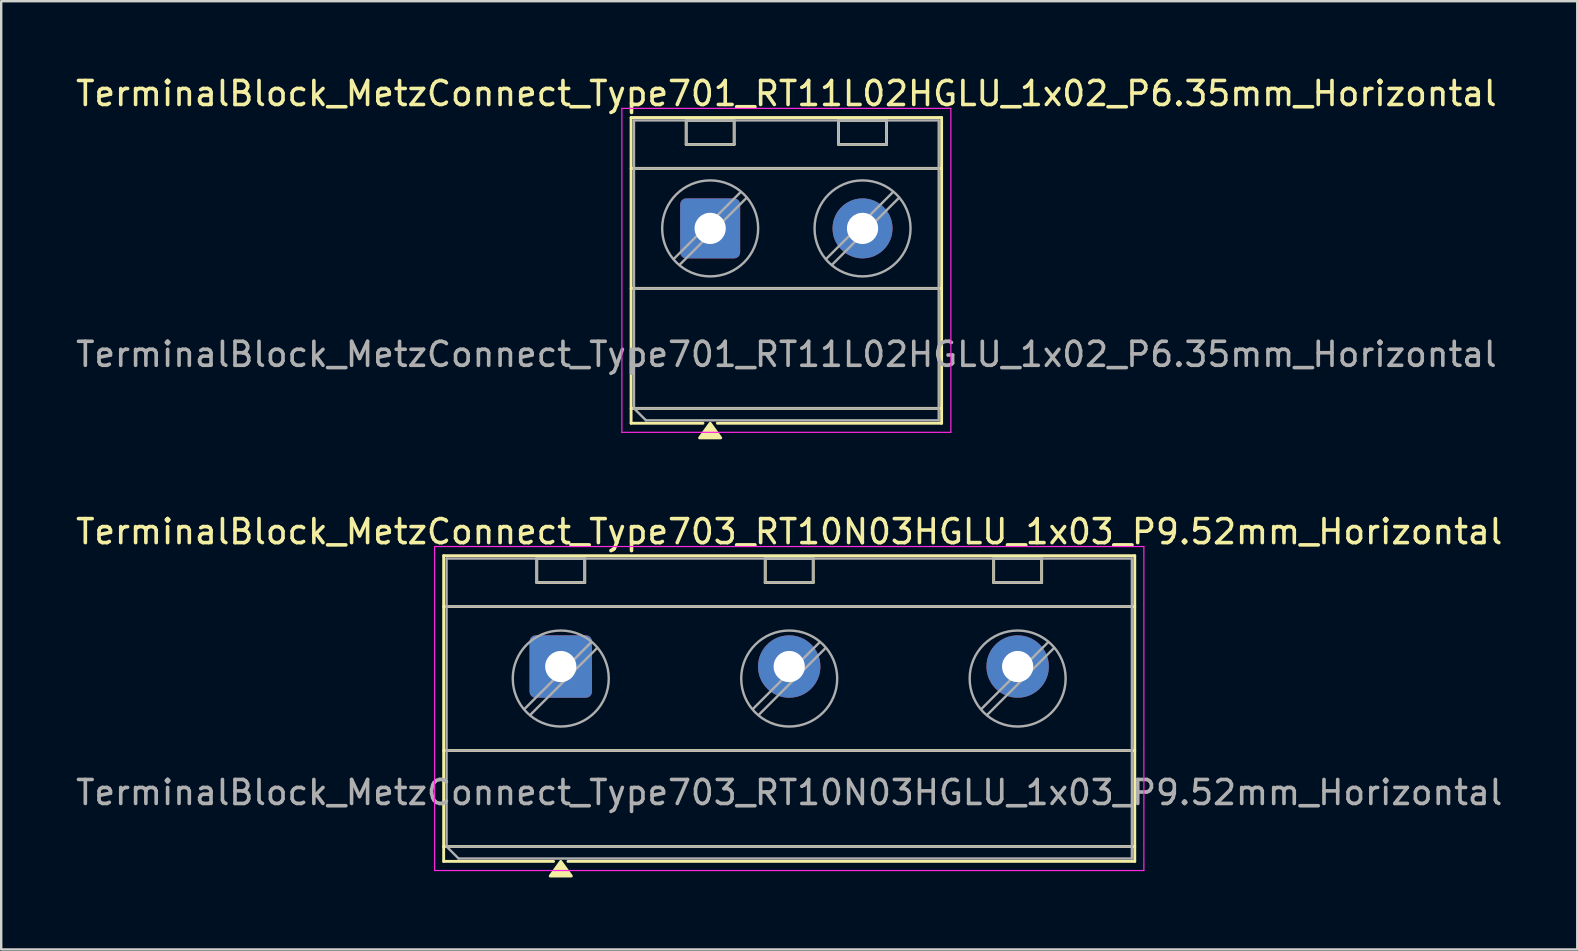
<source format=kicad_pcb>
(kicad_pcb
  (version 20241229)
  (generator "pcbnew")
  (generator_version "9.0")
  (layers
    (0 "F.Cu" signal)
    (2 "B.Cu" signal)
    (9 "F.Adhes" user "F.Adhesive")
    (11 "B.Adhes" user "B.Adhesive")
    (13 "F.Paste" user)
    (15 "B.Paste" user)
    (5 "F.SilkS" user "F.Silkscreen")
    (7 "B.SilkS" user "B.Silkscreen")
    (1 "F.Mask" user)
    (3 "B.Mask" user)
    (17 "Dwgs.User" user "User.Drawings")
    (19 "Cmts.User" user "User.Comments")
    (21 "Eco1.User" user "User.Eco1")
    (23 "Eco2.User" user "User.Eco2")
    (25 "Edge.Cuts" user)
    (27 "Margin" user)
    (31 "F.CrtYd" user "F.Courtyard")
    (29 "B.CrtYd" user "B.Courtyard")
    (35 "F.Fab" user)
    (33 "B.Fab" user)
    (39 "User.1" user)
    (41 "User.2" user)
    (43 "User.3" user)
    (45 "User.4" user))
  (footprint "TerminalBlock_MetzConnect_Type703_RT10N03HGLU_1x03_P9.52mm_Horizontal"
    (layer "F.Cu")
    (at 20.319 24.727)
    (property "Reference" "TerminalBlock_MetzConnect_Type703_RT10N03HGLU_1x03_P9.52mm_Horizontal" (at 9.52 -5.62 0) (layer "F.SilkS") (effects (font (size 1 1) (thickness 0.15))))
    (attr through_hole)
    (fp_line (start -4.88 -4.62) (end 23.92 -4.62) (stroke (width 0.12) (type solid)) (layer "F.SilkS"))
    (fp_line (start -4.88 -2.5) (end 23.92 -2.5) (stroke (width 0.12) (type solid)) (layer "F.SilkS"))
    (fp_line (start -4.88 3.5) (end 23.92 3.5) (stroke (width 0.12) (type solid)) (layer "F.SilkS"))
    (fp_line (start -4.88 7.5) (end 23.92 7.5) (stroke (width 0.12) (type solid)) (layer "F.SilkS"))
    (fp_line (start -4.88 8.12) (end -4.88 -4.62) (stroke (width 0.12) (type solid)) (layer "F.SilkS"))
    (fp_line (start -1 -4.5) (end 1 -4.5) (stroke (width 0.12) (type solid)) (layer "F.SilkS"))
    (fp_line (start -1 -3.5) (end -1 -4.5) (stroke (width 0.12) (type solid)) (layer "F.SilkS"))
    (fp_line (start -0.3 8.12) (end -4.88 8.12) (stroke (width 0.12) (type solid)) (layer "F.SilkS"))
    (fp_line (start 1 -4.5) (end 1 -3.5) (stroke (width 0.12) (type solid)) (layer "F.SilkS"))
    (fp_line (start 1 -3.5) (end -1 -3.5) (stroke (width 0.12) (type solid)) (layer "F.SilkS"))
    (fp_line (start 8.52 -4.5) (end 10.52 -4.5) (stroke (width 0.12) (type solid)) (layer "F.SilkS"))
    (fp_line (start 8.52 -3.5) (end 8.52 -4.5) (stroke (width 0.12) (type solid)) (layer "F.SilkS"))
    (fp_line (start 10.52 -4.5) (end 10.52 -3.5) (stroke (width 0.12) (type solid)) (layer "F.SilkS"))
    (fp_line (start 10.52 -3.5) (end 8.52 -3.5) (stroke (width 0.12) (type solid)) (layer "F.SilkS"))
    (fp_line (start 18.04 -4.5) (end 20.04 -4.5) (stroke (width 0.12) (type solid)) (layer "F.SilkS"))
    (fp_line (start 18.04 -3.5) (end 18.04 -4.5) (stroke (width 0.12) (type solid)) (layer "F.SilkS"))
    (fp_line (start 20.04 -4.5) (end 20.04 -3.5) (stroke (width 0.12) (type solid)) (layer "F.SilkS"))
    (fp_line (start 20.04 -3.5) (end 18.04 -3.5) (stroke (width 0.12) (type solid)) (layer "F.SilkS"))
    (fp_line (start 23.92 -4.62) (end 23.92 8.12) (stroke (width 0.12) (type solid)) (layer "F.SilkS"))
    (fp_line (start 23.92 8.12) (end 0.3 8.12) (stroke (width 0.12) (type solid)) (layer "F.SilkS"))
    (fp_poly (pts (xy 0 8.12) (xy 0.44 8.73) (xy -0.44 8.73)) (stroke (width 0.12) (type solid)) (fill yes) (layer "F.SilkS"))
    (fp_line (start -5.26 -5) (end -5.26 8.5) (stroke (width 0.05) (type solid)) (layer "F.CrtYd"))
    (fp_line (start -5.26 8.5) (end 24.3 8.5) (stroke (width 0.05) (type solid)) (layer "F.CrtYd"))
    (fp_line (start 24.3 -5) (end -5.26 -5) (stroke (width 0.05) (type solid)) (layer "F.CrtYd"))
    (fp_line (start 24.3 8.5) (end 24.3 -5) (stroke (width 0.05) (type solid)) (layer "F.CrtYd"))
    (fp_line (start -4.76 -4.5) (end 23.8 -4.5) (stroke (width 0.1) (type solid)) (layer "F.Fab"))
    (fp_line (start -4.76 -2.5) (end 23.8 -2.5) (stroke (width 0.1) (type solid)) (layer "F.Fab"))
    (fp_line (start -4.76 3.5) (end 23.8 3.5) (stroke (width 0.1) (type solid)) (layer "F.Fab"))
    (fp_line (start -4.76 7.5) (end -4.76 -4.5) (stroke (width 0.1) (type solid)) (layer "F.Fab"))
    (fp_line (start -4.76 7.5) (end 23.8 7.5) (stroke (width 0.1) (type solid)) (layer "F.Fab"))
    (fp_line (start -4.26 8) (end -4.76 7.5) (stroke (width 0.1) (type solid)) (layer "F.Fab"))
    (fp_line (start -1 -4.5) (end -1 -3.5) (stroke (width 0.1) (type solid)) (layer "F.Fab"))
    (fp_line (start -1 -3.5) (end 1 -3.5) (stroke (width 0.1) (type solid)) (layer "F.Fab"))
    (fp_line (start 1 -4.5) (end -1 -4.5) (stroke (width 0.1) (type solid)) (layer "F.Fab"))
    (fp_line (start 1 -3.5) (end 1 -4.5) (stroke (width 0.1) (type solid)) (layer "F.Fab"))
    (fp_line (start 1.273 -1.017) (end -1.517 1.773) (stroke (width 0.1) (type solid)) (layer "F.Fab"))
    (fp_line (start 1.517 -0.773) (end -1.273 2.017) (stroke (width 0.1) (type solid)) (layer "F.Fab"))
    (fp_line (start 8.52 -4.5) (end 8.52 -3.5) (stroke (width 0.1) (type solid)) (layer "F.Fab"))
    (fp_line (start 8.52 -3.5) (end 10.52 -3.5) (stroke (width 0.1) (type solid)) (layer "F.Fab"))
    (fp_line (start 10.52 -4.5) (end 8.52 -4.5) (stroke (width 0.1) (type solid)) (layer "F.Fab"))
    (fp_line (start 10.52 -3.5) (end 10.52 -4.5) (stroke (width 0.1) (type solid)) (layer "F.Fab"))
    (fp_line (start 10.793 -1.017) (end 8.003 1.773) (stroke (width 0.1) (type solid)) (layer "F.Fab"))
    (fp_line (start 11.037 -0.773) (end 8.247 2.017) (stroke (width 0.1) (type solid)) (layer "F.Fab"))
    (fp_line (start 18.04 -4.5) (end 18.04 -3.5) (stroke (width 0.1) (type solid)) (layer "F.Fab"))
    (fp_line (start 18.04 -3.5) (end 20.04 -3.5) (stroke (width 0.1) (type solid)) (layer "F.Fab"))
    (fp_line (start 20.04 -4.5) (end 18.04 -4.5) (stroke (width 0.1) (type solid)) (layer "F.Fab"))
    (fp_line (start 20.04 -3.5) (end 20.04 -4.5) (stroke (width 0.1) (type solid)) (layer "F.Fab"))
    (fp_line (start 20.313 -1.017) (end 17.523 1.773) (stroke (width 0.1) (type solid)) (layer "F.Fab"))
    (fp_line (start 20.557 -0.773) (end 17.767 2.017) (stroke (width 0.1) (type solid)) (layer "F.Fab"))
    (fp_line (start 23.8 -4.5) (end 23.8 8) (stroke (width 0.1) (type solid)) (layer "F.Fab"))
    (fp_line (start 23.8 8) (end -4.26 8) (stroke (width 0.1) (type solid)) (layer "F.Fab"))
    (fp_circle (center 0 0.5) (end 2 0.5) (stroke (width 0.1) (type solid)) (fill no) (layer "F.Fab"))
    (fp_circle (center 9.52 0.5) (end 11.52 0.5) (stroke (width 0.1) (type solid)) (fill no) (layer "F.Fab"))
    (fp_circle (center 19.04 0.5) (end 21.04 0.5) (stroke (width 0.1) (type solid)) (fill no) (layer "F.Fab"))
    (fp_text user "${REFERENCE}" (at 9.52 5.25 0) (layer "F.Fab") (effects (font (size 1 1) (thickness 0.15))))
    (pad "1" thru_hole roundrect (at 0 0) (size 2.6 2.6) (drill 1.3) (layers "*.Cu" "*.Mask") (roundrect_rratio 0.096))
    (pad "2" thru_hole circle (at 9.52 0) (size 2.6 2.6) (drill 1.3) (layers "*.Cu" "*.Mask"))
    (pad "3" thru_hole circle (at 19.04 0) (size 2.6 2.6) (drill 1.3) (layers "*.Cu" "*.Mask")))
  (footprint "TerminalBlock_MetzConnect_Type701_RT11L02HGLU_1x02_P6.35mm_Horizontal"
    (layer "F.Cu")
    (at 26.545 6.468)
    (property "Reference" "TerminalBlock_MetzConnect_Type701_RT11L02HGLU_1x02_P6.35mm_Horizontal" (at 3.175 -5.62 0) (layer "F.SilkS") (effects (font (size 1 1) (thickness 0.15))))
    (attr through_hole)
    (fp_line (start -3.295 -4.62) (end 9.645 -4.62) (stroke (width 0.12) (type solid)) (layer "F.SilkS"))
    (fp_line (start -3.295 -2.5) (end 9.645 -2.5) (stroke (width 0.12) (type solid)) (layer "F.SilkS"))
    (fp_line (start -3.295 2.5) (end 9.645 2.5) (stroke (width 0.12) (type solid)) (layer "F.SilkS"))
    (fp_line (start -3.295 7.5) (end 9.645 7.5) (stroke (width 0.12) (type solid)) (layer "F.SilkS"))
    (fp_line (start -3.295 8.12) (end -3.295 -4.62) (stroke (width 0.12) (type solid)) (layer "F.SilkS"))
    (fp_line (start -1 -4.5) (end 1 -4.5) (stroke (width 0.12) (type solid)) (layer "F.SilkS"))
    (fp_line (start -1 -3.5) (end -1 -4.5) (stroke (width 0.12) (type solid)) (layer "F.SilkS"))
    (fp_line (start -0.3 8.12) (end -3.295 8.12) (stroke (width 0.12) (type solid)) (layer "F.SilkS"))
    (fp_line (start 1 -4.5) (end 1 -3.5) (stroke (width 0.12) (type solid)) (layer "F.SilkS"))
    (fp_line (start 1 -3.5) (end -1 -3.5) (stroke (width 0.12) (type solid)) (layer "F.SilkS"))
    (fp_line (start 5.35 -4.5) (end 7.35 -4.5) (stroke (width 0.12) (type solid)) (layer "F.SilkS"))
    (fp_line (start 5.35 -3.5) (end 5.35 -4.5) (stroke (width 0.12) (type solid)) (layer "F.SilkS"))
    (fp_line (start 7.35 -4.5) (end 7.35 -3.5) (stroke (width 0.12) (type solid)) (layer "F.SilkS"))
    (fp_line (start 7.35 -3.5) (end 5.35 -3.5) (stroke (width 0.12) (type solid)) (layer "F.SilkS"))
    (fp_line (start 9.645 -4.62) (end 9.645 8.12) (stroke (width 0.12) (type solid)) (layer "F.SilkS"))
    (fp_line (start 9.645 8.12) (end 0.3 8.12) (stroke (width 0.12) (type solid)) (layer "F.SilkS"))
    (fp_poly (pts (xy 0 8.12) (xy 0.44 8.73) (xy -0.44 8.73)) (stroke (width 0.12) (type solid)) (fill yes) (layer "F.SilkS"))
    (fp_line (start -3.68 -5) (end -3.68 8.5) (stroke (width 0.05) (type solid)) (layer "F.CrtYd"))
    (fp_line (start -3.68 8.5) (end 10.03 8.5) (stroke (width 0.05) (type solid)) (layer "F.CrtYd"))
    (fp_line (start 10.03 -5) (end -3.68 -5) (stroke (width 0.05) (type solid)) (layer "F.CrtYd"))
    (fp_line (start 10.03 8.5) (end 10.03 -5) (stroke (width 0.05) (type solid)) (layer "F.CrtYd"))
    (fp_line (start -3.175 -4.5) (end 9.525 -4.5) (stroke (width 0.1) (type solid)) (layer "F.Fab"))
    (fp_line (start -3.175 -2.5) (end 9.525 -2.5) (stroke (width 0.1) (type solid)) (layer "F.Fab"))
    (fp_line (start -3.175 2.5) (end 9.525 2.5) (stroke (width 0.1) (type solid)) (layer "F.Fab"))
    (fp_line (start -3.175 7.5) (end -3.175 -4.5) (stroke (width 0.1) (type solid)) (layer "F.Fab"))
    (fp_line (start -3.175 7.5) (end 9.525 7.5) (stroke (width 0.1) (type solid)) (layer "F.Fab"))
    (fp_line (start -2.675 8) (end -3.175 7.5) (stroke (width 0.1) (type solid)) (layer "F.Fab"))
    (fp_line (start -1 -4.5) (end -1 -3.5) (stroke (width 0.1) (type solid)) (layer "F.Fab"))
    (fp_line (start -1 -3.5) (end 1 -3.5) (stroke (width 0.1) (type solid)) (layer "F.Fab"))
    (fp_line (start 1 -4.5) (end -1 -4.5) (stroke (width 0.1) (type solid)) (layer "F.Fab"))
    (fp_line (start 1 -3.5) (end 1 -4.5) (stroke (width 0.1) (type solid)) (layer "F.Fab"))
    (fp_line (start 1.273 -1.517) (end -1.517 1.273) (stroke (width 0.1) (type solid)) (layer "F.Fab"))
    (fp_line (start 1.517 -1.273) (end -1.273 1.517) (stroke (width 0.1) (type solid)) (layer "F.Fab"))
    (fp_line (start 5.35 -4.5) (end 5.35 -3.5) (stroke (width 0.1) (type solid)) (layer "F.Fab"))
    (fp_line (start 5.35 -3.5) (end 7.35 -3.5) (stroke (width 0.1) (type solid)) (layer "F.Fab"))
    (fp_line (start 7.35 -4.5) (end 5.35 -4.5) (stroke (width 0.1) (type solid)) (layer "F.Fab"))
    (fp_line (start 7.35 -3.5) (end 7.35 -4.5) (stroke (width 0.1) (type solid)) (layer "F.Fab"))
    (fp_line (start 7.623 -1.517) (end 4.833 1.273) (stroke (width 0.1) (type solid)) (layer "F.Fab"))
    (fp_line (start 7.867 -1.273) (end 5.077 1.517) (stroke (width 0.1) (type solid)) (layer "F.Fab"))
    (fp_line (start 9.525 -4.5) (end 9.525 8) (stroke (width 0.1) (type solid)) (layer "F.Fab"))
    (fp_line (start 9.525 8) (end -2.675 8) (stroke (width 0.1) (type solid)) (layer "F.Fab"))
    (fp_circle (center 0 0) (end 2 0) (stroke (width 0.1) (type solid)) (fill no) (layer "F.Fab"))
    (fp_circle (center 6.35 0) (end 8.35 0) (stroke (width 0.1) (type solid)) (fill no) (layer "F.Fab"))
    (fp_text user "${REFERENCE}" (at 3.175 5.25 0) (layer "F.Fab") (effects (font (size 1 1) (thickness 0.15))))
    (pad "1" thru_hole roundrect (at 0 0) (size 2.5 2.5) (drill 1.3) (layers "*.Cu" "*.Mask") (roundrect_rratio 0.1))
    (pad "2" thru_hole circle (at 6.35 0) (size 2.5 2.5) (drill 1.3) (layers "*.Cu" "*.Mask")))
  (gr_rect
    (start -3 -3)
    (end 62.679 36.517)
    (stroke (width 0.1) (type default))
    (fill no)
    (layer "Edge.Cuts")))
</source>
